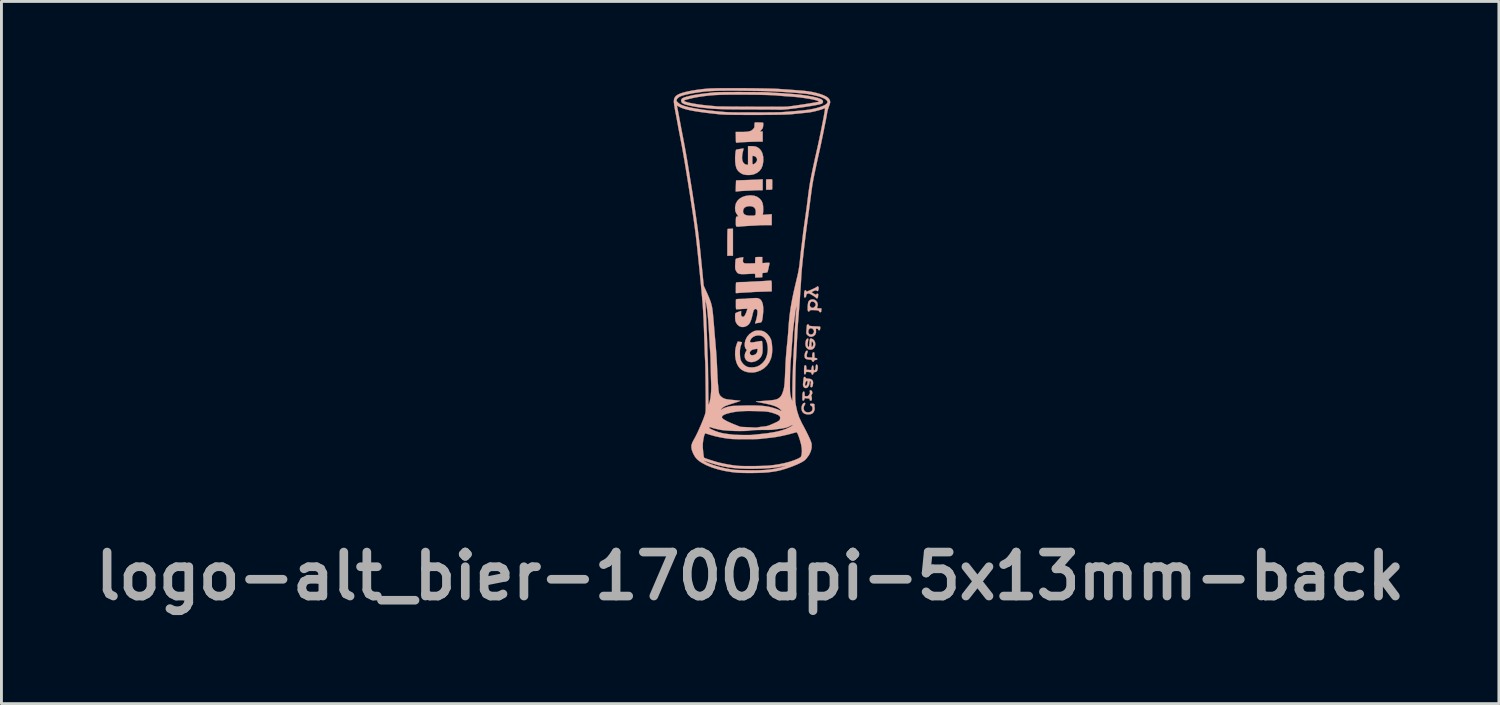
<source format=kicad_pcb>
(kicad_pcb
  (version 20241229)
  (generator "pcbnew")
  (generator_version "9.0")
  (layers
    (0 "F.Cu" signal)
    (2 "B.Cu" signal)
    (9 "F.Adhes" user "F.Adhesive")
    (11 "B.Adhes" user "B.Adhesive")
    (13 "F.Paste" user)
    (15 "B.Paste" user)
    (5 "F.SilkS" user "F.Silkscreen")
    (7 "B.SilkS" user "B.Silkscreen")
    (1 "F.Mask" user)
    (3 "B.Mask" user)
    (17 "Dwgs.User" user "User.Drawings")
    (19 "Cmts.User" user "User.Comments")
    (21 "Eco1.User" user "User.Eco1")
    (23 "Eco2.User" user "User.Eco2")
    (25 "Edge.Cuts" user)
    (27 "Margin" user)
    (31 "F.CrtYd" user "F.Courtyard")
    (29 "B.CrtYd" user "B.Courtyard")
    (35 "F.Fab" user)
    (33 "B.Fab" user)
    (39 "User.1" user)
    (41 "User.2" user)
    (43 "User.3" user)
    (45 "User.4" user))
  (footprint "logo-alt_bier-1700dpi-5x13mm-back"
    (layer "F.Cu")
    (at 22.89 6.386)
    (property "Reference" "logo-alt_bier-1700dpi-5x13mm-back" (at 0.05 10.525 0) (layer "F.Fab") (effects (font (size 1.524 1.524) (thickness 0.3))))
    (attr through_hole)
    (fp_poly (pts (xy -0.633 -1.509) (xy -0.682 -1.507) (xy -0.718 -1.505) (xy -0.73 -1.504) (xy -0.733 -1.49) (xy -0.736 -1.449) (xy -0.738 -1.385) (xy -0.74 -1.302) (xy -0.741 -1.204) (xy -0.742 -1.094) (xy -0.742 -1.04) (xy -0.742 -0.577) (xy -0.547 -0.577) (xy -0.547 -1.513) (xy -0.633 -1.509)) (stroke (width 0.01) (type solid)) (fill yes) (layer "B.SilkS"))
    (fp_poly (pts (xy 0.708 -3.224) (xy 0.603 -3.219) (xy 0.603 -2.863) (xy 0.708 -2.863) (xy 0.769 -2.865) (xy 0.803 -2.871) (xy 0.813 -2.881) (xy 0.813 -2.911) (xy 0.814 -2.961) (xy 0.814 -3.021) (xy 0.814 -3.084) (xy 0.814 -3.141) (xy 0.814 -3.185) (xy 0.813 -3.206) (xy 0.807 -3.218) (xy 0.787 -3.224) (xy 0.746 -3.225) (xy 0.708 -3.224)) (stroke (width 0.01) (type solid)) (fill yes) (layer "B.SilkS"))
    (fp_poly (pts (xy 0.345 -3.216) (xy 0.287 -3.212) (xy 0.206 -3.209) (xy 0.11 -3.205) (xy 0.005 -3.201) (xy -0.101 -3.197) (xy -0.114 -3.197) (xy -0.209 -3.194) (xy -0.292 -3.192) (xy -0.361 -3.189) (xy -0.41 -3.187) (xy -0.435 -3.186) (xy -0.437 -3.186) (xy -0.439 -3.171) (xy -0.441 -3.132) (xy -0.443 -3.075) (xy -0.445 -3.004) (xy -0.446 -2.993) (xy -0.452 -2.803) (xy -0.405 -2.803) (xy -0.37 -2.805) (xy -0.351 -2.81) (xy -0.351 -2.81) (xy -0.335 -2.813) (xy -0.294 -2.816) (xy -0.233 -2.82) (xy -0.159 -2.824) (xy -0.121 -2.826) (xy -0.035 -2.83) (xy 0.047 -2.833) (xy 0.116 -2.837) (xy 0.167 -2.84) (xy 0.177 -2.84) (xy 0.231 -2.843) (xy 0.3 -2.845) (xy 0.368 -2.847) (xy 0.484 -2.848) (xy 0.484 -3.225) (xy 0.345 -3.216)) (stroke (width 0.01) (type solid)) (fill yes) (layer "B.SilkS"))
    (fp_poly (pts (xy 1.922 4.521) (xy 1.888 4.541) (xy 1.858 4.583) (xy 1.837 4.638) (xy 1.828 4.698) (xy 1.828 4.701) (xy 1.839 4.786) (xy 1.872 4.85) (xy 1.927 4.894) (xy 2.003 4.918) (xy 2.06 4.922) (xy 2.136 4.915) (xy 2.192 4.895) (xy 2.196 4.893) (xy 2.241 4.851) (xy 2.272 4.792) (xy 2.286 4.727) (xy 2.281 4.676) (xy 2.274 4.637) (xy 2.277 4.608) (xy 2.278 4.606) (xy 2.281 4.58) (xy 2.26 4.56) (xy 2.216 4.549) (xy 2.193 4.548) (xy 2.151 4.55) (xy 2.132 4.559) (xy 2.127 4.577) (xy 2.127 4.578) (xy 2.141 4.608) (xy 2.163 4.622) (xy 2.195 4.648) (xy 2.21 4.69) (xy 2.21 4.739) (xy 2.195 4.786) (xy 2.164 4.822) (xy 2.152 4.829) (xy 2.088 4.849) (xy 2.022 4.849) (xy 1.964 4.829) (xy 1.94 4.81) (xy 1.911 4.762) (xy 1.902 4.703) (xy 1.913 4.642) (xy 1.934 4.602) (xy 1.954 4.566) (xy 1.955 4.536) (xy 1.938 4.521) (xy 1.922 4.521)) (stroke (width 0.01) (type solid)) (fill yes) (layer "B.SilkS"))
    (fp_poly (pts (xy 1.988 2.727) (xy 1.965 2.762) (xy 1.946 2.811) (xy 1.935 2.869) (xy 1.934 2.892) (xy 1.941 2.948) (xy 1.966 2.987) (xy 2.012 3.01) (xy 2.083 3.021) (xy 2.087 3.021) (xy 2.14 3.026) (xy 2.171 3.032) (xy 2.185 3.044) (xy 2.19 3.059) (xy 2.203 3.085) (xy 2.227 3.097) (xy 2.25 3.094) (xy 2.261 3.074) (xy 2.262 3.071) (xy 2.268 3.05) (xy 2.292 3.039) (xy 2.318 3.036) (xy 2.356 3.03) (xy 2.372 3.015) (xy 2.374 3.002) (xy 2.366 2.979) (xy 2.338 2.969) (xy 2.325 2.967) (xy 2.277 2.963) (xy 2.277 2.866) (xy 2.275 2.814) (xy 2.271 2.785) (xy 2.261 2.772) (xy 2.248 2.77) (xy 2.223 2.778) (xy 2.209 2.805) (xy 2.202 2.854) (xy 2.202 2.883) (xy 2.202 2.949) (xy 2.128 2.949) (xy 2.08 2.948) (xy 2.042 2.943) (xy 2.031 2.94) (xy 2.013 2.919) (xy 2.009 2.877) (xy 2.018 2.824) (xy 2.03 2.789) (xy 2.044 2.746) (xy 2.039 2.721) (xy 2.037 2.719) (xy 2.014 2.711) (xy 1.988 2.727)) (stroke (width 0.01) (type solid)) (fill yes) (layer "B.SilkS"))
    (fp_poly (pts (xy 2.127 2.302) (xy 2.115 2.335) (xy 2.108 2.393) (xy 2.104 2.441) (xy 2.098 2.504) (xy 2.092 2.554) (xy 2.085 2.584) (xy 2.081 2.591) (xy 2.065 2.579) (xy 2.051 2.559) (xy 2.042 2.521) (xy 2.043 2.462) (xy 2.055 2.377) (xy 2.061 2.339) (xy 2.066 2.306) (xy 2.059 2.294) (xy 2.036 2.295) (xy 2.007 2.313) (xy 1.984 2.356) (xy 1.969 2.42) (xy 1.964 2.483) (xy 1.974 2.558) (xy 2.006 2.617) (xy 2.053 2.659) (xy 2.112 2.679) (xy 2.177 2.675) (xy 2.22 2.657) (xy 2.267 2.616) (xy 2.296 2.559) (xy 2.307 2.494) (xy 2.304 2.473) (xy 2.238 2.473) (xy 2.237 2.505) (xy 2.225 2.539) (xy 2.205 2.578) (xy 2.189 2.589) (xy 2.178 2.57) (xy 2.172 2.523) (xy 2.172 2.495) (xy 2.175 2.433) (xy 2.184 2.398) (xy 2.197 2.39) (xy 2.215 2.411) (xy 2.225 2.433) (xy 2.238 2.473) (xy 2.304 2.473) (xy 2.299 2.428) (xy 2.274 2.368) (xy 2.232 2.323) (xy 2.217 2.315) (xy 2.175 2.295) (xy 2.146 2.29) (xy 2.127 2.302)) (stroke (width 0.01) (type solid)) (fill yes) (layer "B.SilkS"))
    (fp_poly (pts (xy 2.119 4.089) (xy 2.114 4.107) (xy 2.119 4.138) (xy 2.122 4.179) (xy 2.11 4.214) (xy 2.089 4.244) (xy 2.06 4.277) (xy 2.032 4.291) (xy 1.995 4.291) (xy 1.94 4.287) (xy 1.936 4.208) (xy 1.931 4.161) (xy 1.923 4.137) (xy 1.908 4.13) (xy 1.904 4.13) (xy 1.885 4.14) (xy 1.871 4.173) (xy 1.862 4.231) (xy 1.859 4.315) (xy 1.858 4.343) (xy 1.859 4.396) (xy 1.863 4.427) (xy 1.872 4.44) (xy 1.887 4.444) (xy 1.888 4.444) (xy 1.913 4.434) (xy 1.927 4.4) (xy 1.928 4.397) (xy 1.937 4.366) (xy 1.955 4.356) (xy 1.982 4.36) (xy 2.031 4.367) (xy 2.069 4.369) (xy 2.1 4.373) (xy 2.111 4.392) (xy 2.112 4.406) (xy 2.12 4.436) (xy 2.14 4.444) (xy 2.168 4.439) (xy 2.177 4.434) (xy 2.185 4.411) (xy 2.187 4.374) (xy 2.184 4.334) (xy 2.177 4.302) (xy 2.169 4.291) (xy 2.161 4.278) (xy 2.176 4.25) (xy 2.177 4.249) (xy 2.198 4.201) (xy 2.202 4.153) (xy 2.188 4.114) (xy 2.159 4.089) (xy 2.137 4.085) (xy 2.119 4.089)) (stroke (width 0.01) (type solid)) (fill yes) (layer "B.SilkS"))
    (fp_poly (pts (xy 0.716 0.287) (xy 0.66 0.291) (xy 0.645 0.292) (xy 0.586 0.296) (xy 0.507 0.301) (xy 0.415 0.306) (xy 0.321 0.311) (xy 0.284 0.313) (xy 0.198 0.317) (xy 0.12 0.32) (xy 0.056 0.324) (xy 0.012 0.327) (xy -0.002 0.328) (xy -0.034 0.331) (xy -0.088 0.333) (xy -0.158 0.335) (xy -0.234 0.336) (xy -0.238 0.336) (xy -0.31 0.338) (xy -0.372 0.342) (xy -0.416 0.347) (xy -0.437 0.352) (xy -0.437 0.353) (xy -0.441 0.373) (xy -0.444 0.416) (xy -0.445 0.476) (xy -0.446 0.541) (xy -0.446 0.716) (xy -0.407 0.717) (xy -0.377 0.717) (xy -0.364 0.714) (xy -0.349 0.712) (xy -0.309 0.709) (xy -0.25 0.705) (xy -0.177 0.702) (xy -0.151 0.7) (xy -0.072 0.696) (xy -0.001 0.692) (xy 0.055 0.689) (xy 0.09 0.686) (xy 0.094 0.685) (xy 0.12 0.683) (xy 0.17 0.68) (xy 0.24 0.677) (xy 0.326 0.674) (xy 0.422 0.67) (xy 0.464 0.669) (xy 0.797 0.659) (xy 0.797 0.476) (xy 0.796 0.388) (xy 0.792 0.327) (xy 0.786 0.293) (xy 0.781 0.287) (xy 0.759 0.286) (xy 0.716 0.287)) (stroke (width 0.01) (type solid)) (fill yes) (layer "B.SilkS"))
    (fp_poly (pts (xy 0.231 -5.195) (xy 0.226 -5.195) (xy 0.211 -5.189) (xy 0.203 -5.171) (xy 0.2 -5.132) (xy 0.2 -5.102) (xy 0.198 -5.049) (xy 0.191 -5.015) (xy 0.173 -4.986) (xy 0.144 -4.955) (xy 0.105 -4.922) (xy 0.06 -4.898) (xy 0.004 -4.882) (xy -0.068 -4.871) (xy -0.161 -4.866) (xy -0.26 -4.865) (xy -0.45 -4.865) (xy -0.447 -4.712) (xy -0.446 -4.643) (xy -0.445 -4.583) (xy -0.444 -4.54) (xy -0.444 -4.525) (xy -0.435 -4.498) (xy -0.408 -4.491) (xy -0.378 -4.494) (xy -0.367 -4.497) (xy -0.35 -4.5) (xy -0.308 -4.504) (xy -0.247 -4.508) (xy -0.17 -4.512) (xy -0.083 -4.516) (xy 0.009 -4.52) (xy 0.102 -4.524) (xy 0.19 -4.526) (xy 0.268 -4.528) (xy 0.33 -4.529) (xy 0.484 -4.529) (xy 0.484 -4.704) (xy 0.484 -4.88) (xy 0.388 -4.88) (xy 0.427 -4.921) (xy 0.458 -4.959) (xy 0.482 -4.995) (xy 0.483 -4.997) (xy 0.493 -5.028) (xy 0.499 -5.072) (xy 0.503 -5.12) (xy 0.503 -5.161) (xy 0.498 -5.184) (xy 0.497 -5.185) (xy 0.481 -5.188) (xy 0.443 -5.19) (xy 0.39 -5.193) (xy 0.333 -5.194) (xy 0.277 -5.195) (xy 0.231 -5.195)) (stroke (width 0.01) (type solid)) (fill yes) (layer "B.SilkS"))
    (fp_poly (pts (xy 1.919 3.626) (xy 1.909 3.643) (xy 1.902 3.678) (xy 1.897 3.715) (xy 1.891 3.777) (xy 1.884 3.837) (xy 1.88 3.869) (xy 1.882 3.926) (xy 1.903 3.972) (xy 1.938 4.001) (xy 1.981 4.01) (xy 2.025 3.996) (xy 2.05 3.975) (xy 2.084 3.922) (xy 2.106 3.853) (xy 2.112 3.798) (xy 2.115 3.781) (xy 2.037 3.781) (xy 2.034 3.822) (xy 2.034 3.824) (xy 2.023 3.875) (xy 2.005 3.912) (xy 1.986 3.932) (xy 1.967 3.932) (xy 1.953 3.908) (xy 1.951 3.895) (xy 1.953 3.857) (xy 1.967 3.815) (xy 1.987 3.778) (xy 2.01 3.758) (xy 2.016 3.756) (xy 2.031 3.761) (xy 2.037 3.781) (xy 2.115 3.781) (xy 2.116 3.769) (xy 2.131 3.765) (xy 2.136 3.767) (xy 2.151 3.778) (xy 2.155 3.804) (xy 2.151 3.844) (xy 2.145 3.893) (xy 2.14 3.933) (xy 2.138 3.943) (xy 2.145 3.969) (xy 2.167 3.978) (xy 2.191 3.975) (xy 2.206 3.955) (xy 2.216 3.925) (xy 2.231 3.839) (xy 2.224 3.772) (xy 2.193 3.724) (xy 2.139 3.694) (xy 2.062 3.682) (xy 2.044 3.682) (xy 2.002 3.679) (xy 1.981 3.667) (xy 1.973 3.652) (xy 1.954 3.627) (xy 1.936 3.622) (xy 1.919 3.626)) (stroke (width 0.01) (type solid)) (fill yes) (layer "B.SilkS"))
    (fp_poly (pts (xy 2.335 3.201) (xy 2.324 3.234) (xy 2.321 3.273) (xy 2.316 3.335) (xy 2.299 3.378) (xy 2.275 3.397) (xy 2.269 3.398) (xy 2.256 3.388) (xy 2.247 3.355) (xy 2.244 3.312) (xy 2.239 3.26) (xy 2.23 3.233) (xy 2.217 3.226) (xy 2.2 3.239) (xy 2.186 3.278) (xy 2.181 3.305) (xy 2.168 3.384) (xy 2.084 3.38) (xy 2 3.375) (xy 1.996 3.297) (xy 1.991 3.25) (xy 1.983 3.226) (xy 1.967 3.219) (xy 1.964 3.218) (xy 1.944 3.223) (xy 1.931 3.238) (xy 1.923 3.27) (xy 1.919 3.322) (xy 1.918 3.399) (xy 1.918 3.462) (xy 1.921 3.502) (xy 1.926 3.523) (xy 1.936 3.531) (xy 1.948 3.532) (xy 1.971 3.523) (xy 1.978 3.496) (xy 1.98 3.468) (xy 1.993 3.453) (xy 2.021 3.448) (xy 2.071 3.451) (xy 2.086 3.453) (xy 2.134 3.459) (xy 2.16 3.468) (xy 2.172 3.483) (xy 2.175 3.5) (xy 2.187 3.535) (xy 2.208 3.544) (xy 2.229 3.529) (xy 2.239 3.503) (xy 2.251 3.47) (xy 2.275 3.458) (xy 2.29 3.457) (xy 2.332 3.447) (xy 2.359 3.427) (xy 2.379 3.39) (xy 2.391 3.337) (xy 2.394 3.28) (xy 2.386 3.232) (xy 2.377 3.212) (xy 2.353 3.193) (xy 2.335 3.201)) (stroke (width 0.01) (type solid)) (fill yes) (layer "B.SilkS"))
    (fp_poly (pts (xy 2.166 0.939) (xy 2.111 0.965) (xy 2.073 1.005) (xy 2.061 1.037) (xy 2.052 1.088) (xy 2.045 1.15) (xy 2.042 1.215) (xy 2.042 1.276) (xy 2.047 1.322) (xy 2.055 1.346) (xy 2.079 1.357) (xy 2.103 1.348) (xy 2.112 1.327) (xy 2.12 1.315) (xy 2.148 1.308) (xy 2.201 1.306) (xy 2.207 1.306) (xy 2.307 1.309) (xy 2.379 1.316) (xy 2.423 1.33) (xy 2.44 1.349) (xy 2.441 1.353) (xy 2.453 1.374) (xy 2.479 1.382) (xy 2.505 1.371) (xy 2.506 1.371) (xy 2.512 1.351) (xy 2.515 1.313) (xy 2.516 1.303) (xy 2.516 1.246) (xy 2.439 1.246) (xy 2.395 1.245) (xy 2.373 1.24) (xy 2.369 1.228) (xy 2.372 1.213) (xy 2.387 1.152) (xy 2.39 1.119) (xy 2.321 1.119) (xy 2.308 1.162) (xy 2.276 1.201) (xy 2.235 1.227) (xy 2.21 1.231) (xy 2.171 1.221) (xy 2.142 1.201) (xy 2.119 1.159) (xy 2.115 1.107) (xy 2.13 1.057) (xy 2.162 1.019) (xy 2.163 1.019) (xy 2.203 1.008) (xy 2.247 1.019) (xy 2.287 1.046) (xy 2.314 1.086) (xy 2.321 1.119) (xy 2.39 1.119) (xy 2.391 1.107) (xy 2.384 1.068) (xy 2.376 1.047) (xy 2.339 0.991) (xy 2.287 0.953) (xy 2.227 0.936) (xy 2.166 0.939)) (stroke (width 0.01) (type solid)) (fill yes) (layer "B.SilkS"))
    (fp_poly (pts (xy 2.028 1.809) (xy 2.017 1.828) (xy 2.011 1.866) (xy 2.01 1.881) (xy 2.006 1.942) (xy 2.001 2.01) (xy 1.998 2.042) (xy 1.994 2.092) (xy 1.998 2.124) (xy 2.014 2.15) (xy 2.042 2.18) (xy 2.101 2.221) (xy 2.165 2.233) (xy 2.232 2.215) (xy 2.256 2.202) (xy 2.306 2.154) (xy 2.331 2.09) (xy 2.331 2.042) (xy 2.262 2.042) (xy 2.25 2.093) (xy 2.221 2.131) (xy 2.18 2.152) (xy 2.136 2.154) (xy 2.095 2.133) (xy 2.089 2.127) (xy 2.066 2.084) (xy 2.064 2.034) (xy 2.078 1.988) (xy 2.107 1.951) (xy 2.148 1.934) (xy 2.157 1.933) (xy 2.199 1.947) (xy 2.237 1.98) (xy 2.259 2.023) (xy 2.262 2.042) (xy 2.331 2.042) (xy 2.331 2.015) (xy 2.327 1.974) (xy 2.33 1.955) (xy 2.346 1.949) (xy 2.36 1.948) (xy 2.395 1.959) (xy 2.407 1.978) (xy 2.424 2.003) (xy 2.441 2.008) (xy 2.461 1.999) (xy 2.472 1.967) (xy 2.475 1.952) (xy 2.478 1.913) (xy 2.476 1.887) (xy 2.475 1.885) (xy 2.458 1.879) (xy 2.421 1.875) (xy 2.39 1.874) (xy 2.334 1.872) (xy 2.263 1.869) (xy 2.197 1.864) (xy 2.138 1.858) (xy 2.104 1.852) (xy 2.087 1.842) (xy 2.082 1.828) (xy 2.082 1.826) (xy 2.074 1.804) (xy 2.049 1.802) (xy 2.028 1.809)) (stroke (width 0.01) (type solid)) (fill yes) (layer "B.SilkS"))
    (fp_poly (pts (xy 2.371 0.489) (xy 2.356 0.505) (xy 2.339 0.517) (xy 2.301 0.538) (xy 2.248 0.564) (xy 2.188 0.592) (xy 2.128 0.619) (xy 2.073 0.642) (xy 2.031 0.658) (xy 2.008 0.663) (xy 1.994 0.651) (xy 1.993 0.641) (xy 1.98 0.623) (xy 1.965 0.619) (xy 1.943 0.63) (xy 1.928 0.664) (xy 1.92 0.724) (xy 1.918 0.793) (xy 1.919 0.84) (xy 1.924 0.864) (xy 1.936 0.871) (xy 1.952 0.87) (xy 1.975 0.86) (xy 1.987 0.834) (xy 1.99 0.811) (xy 1.998 0.77) (xy 2.02 0.747) (xy 2.038 0.738) (xy 2.06 0.731) (xy 2.083 0.731) (xy 2.111 0.741) (xy 2.153 0.762) (xy 2.203 0.791) (xy 2.256 0.824) (xy 2.3 0.854) (xy 2.327 0.876) (xy 2.332 0.882) (xy 2.351 0.9) (xy 2.366 0.903) (xy 2.384 0.894) (xy 2.396 0.866) (xy 2.401 0.834) (xy 2.405 0.79) (xy 2.405 0.759) (xy 2.403 0.752) (xy 2.381 0.739) (xy 2.354 0.745) (xy 2.342 0.76) (xy 2.332 0.771) (xy 2.313 0.768) (xy 2.277 0.75) (xy 2.264 0.743) (xy 2.214 0.714) (xy 2.188 0.694) (xy 2.186 0.679) (xy 2.207 0.665) (xy 2.239 0.65) (xy 2.299 0.627) (xy 2.336 0.62) (xy 2.351 0.629) (xy 2.351 0.634) (xy 2.364 0.646) (xy 2.379 0.649) (xy 2.4 0.64) (xy 2.413 0.611) (xy 2.417 0.59) (xy 2.42 0.546) (xy 2.418 0.512) (xy 2.417 0.508) (xy 2.397 0.487) (xy 2.371 0.489)) (stroke (width 0.01) (type solid)) (fill yes) (layer "B.SilkS"))
    (fp_poly (pts (xy 0.283 -0.53) (xy 0.244 -0.525) (xy 0.228 -0.515) (xy 0.228 -0.513) (xy 0.227 -0.489) (xy 0.225 -0.445) (xy 0.224 -0.405) (xy 0.222 -0.315) (xy 0.038 -0.31) (xy -0.041 -0.309) (xy -0.096 -0.31) (xy -0.133 -0.313) (xy -0.157 -0.32) (xy -0.174 -0.33) (xy -0.177 -0.333) (xy -0.194 -0.353) (xy -0.201 -0.38) (xy -0.2 -0.423) (xy -0.198 -0.443) (xy -0.19 -0.526) (xy -0.316 -0.504) (xy -0.389 -0.489) (xy -0.434 -0.473) (xy -0.451 -0.458) (xy -0.456 -0.434) (xy -0.461 -0.388) (xy -0.465 -0.326) (xy -0.468 -0.278) (xy -0.471 -0.205) (xy -0.47 -0.154) (xy -0.465 -0.117) (xy -0.456 -0.086) (xy -0.44 -0.054) (xy -0.415 -0.011) (xy -0.388 0.021) (xy -0.353 0.042) (xy -0.306 0.055) (xy -0.243 0.061) (xy -0.158 0.061) (xy -0.077 0.058) (xy 0.005 0.054) (xy 0.079 0.051) (xy 0.138 0.048) (xy 0.176 0.046) (xy 0.185 0.046) (xy 0.208 0.047) (xy 0.219 0.06) (xy 0.223 0.092) (xy 0.224 0.111) (xy 0.225 0.178) (xy 0.283 0.178) (xy 0.339 0.177) (xy 0.398 0.174) (xy 0.405 0.173) (xy 0.469 0.169) (xy 0.469 0.095) (xy 0.471 0.05) (xy 0.478 0.027) (xy 0.494 0.02) (xy 0.495 0.02) (xy 0.538 0.017) (xy 0.586 0.011) (xy 0.626 0.002) (xy 0.648 -0.006) (xy 0.649 -0.007) (xy 0.655 -0.024) (xy 0.666 -0.062) (xy 0.679 -0.115) (xy 0.692 -0.175) (xy 0.705 -0.233) (xy 0.716 -0.284) (xy 0.722 -0.318) (xy 0.723 -0.327) (xy 0.709 -0.331) (xy 0.672 -0.332) (xy 0.619 -0.331) (xy 0.596 -0.329) (xy 0.469 -0.32) (xy 0.469 -0.532) (xy 0.349 -0.532) (xy 0.283 -0.53)) (stroke (width 0.01) (type solid)) (fill yes) (layer "B.SilkS"))
    (fp_poly (pts (xy 0.024 -4.373) (xy -0.024 -4.372) (xy -0.024 -3.729) (xy -0.067 -3.729) (xy -0.11 -3.739) (xy -0.148 -3.759) (xy -0.196 -3.814) (xy -0.224 -3.888) (xy -0.232 -3.982) (xy -0.22 -4.097) (xy -0.205 -4.17) (xy -0.192 -4.225) (xy -0.183 -4.268) (xy -0.18 -4.291) (xy -0.18 -4.293) (xy -0.195 -4.292) (xy -0.231 -4.287) (xy -0.28 -4.279) (xy -0.334 -4.27) (xy -0.383 -4.261) (xy -0.421 -4.253) (xy -0.437 -4.248) (xy -0.437 -4.248) (xy -0.446 -4.225) (xy -0.454 -4.18) (xy -0.462 -4.118) (xy -0.468 -4.046) (xy -0.471 -3.971) (xy -0.472 -3.962) (xy -0.469 -3.833) (xy -0.455 -3.719) (xy -0.431 -3.624) (xy -0.412 -3.579) (xy -0.366 -3.513) (xy -0.3 -3.454) (xy -0.225 -3.409) (xy -0.183 -3.393) (xy -0.096 -3.376) (xy 0.004 -3.372) (xy 0.102 -3.38) (xy 0.18 -3.398) (xy 0.29 -3.449) (xy 0.376 -3.517) (xy 0.439 -3.603) (xy 0.482 -3.71) (xy 0.503 -3.837) (xy 0.505 -3.871) (xy 0.505 -3.885) (xy 0.289 -3.885) (xy 0.266 -3.828) (xy 0.239 -3.795) (xy 0.202 -3.765) (xy 0.168 -3.746) (xy 0.156 -3.744) (xy 0.142 -3.746) (xy 0.133 -3.755) (xy 0.128 -3.776) (xy 0.126 -3.815) (xy 0.125 -3.878) (xy 0.125 -3.895) (xy 0.126 -3.964) (xy 0.128 -4.007) (xy 0.132 -4.031) (xy 0.14 -4.039) (xy 0.149 -4.037) (xy 0.183 -4.029) (xy 0.194 -4.028) (xy 0.219 -4.018) (xy 0.25 -3.994) (xy 0.253 -3.991) (xy 0.285 -3.941) (xy 0.289 -3.885) (xy 0.505 -3.885) (xy 0.501 -4.008) (xy 0.474 -4.125) (xy 0.425 -4.221) (xy 0.377 -4.278) (xy 0.322 -4.321) (xy 0.263 -4.351) (xy 0.191 -4.368) (xy 0.102 -4.374) (xy 0.024 -4.373)) (stroke (width 0.01) (type solid)) (fill yes) (layer "B.SilkS"))
    (fp_poly (pts (xy 0.014 -2.665) (xy -0.117 -2.646) (xy -0.23 -2.606) (xy -0.324 -2.548) (xy -0.397 -2.472) (xy -0.446 -2.381) (xy -0.47 -2.275) (xy -0.473 -2.227) (xy -0.464 -2.132) (xy -0.434 -2.051) (xy -0.395 -1.992) (xy -0.371 -1.957) (xy -0.368 -1.938) (xy -0.389 -1.933) (xy -0.408 -1.935) (xy -0.424 -1.932) (xy -0.435 -1.916) (xy -0.442 -1.883) (xy -0.445 -1.828) (xy -0.446 -1.748) (xy -0.446 -1.744) (xy -0.446 -1.674) (xy -0.443 -1.626) (xy -0.433 -1.598) (xy -0.411 -1.584) (xy -0.372 -1.582) (xy -0.311 -1.587) (xy -0.256 -1.593) (xy -0.197 -1.598) (xy -0.117 -1.604) (xy -0.026 -1.609) (xy 0.068 -1.614) (xy 0.095 -1.616) (xy 0.177 -1.62) (xy 0.249 -1.623) (xy 0.305 -1.627) (xy 0.341 -1.63) (xy 0.349 -1.631) (xy 0.372 -1.632) (xy 0.418 -1.634) (xy 0.482 -1.635) (xy 0.558 -1.636) (xy 0.584 -1.636) (xy 0.797 -1.637) (xy 0.797 -2.015) (xy 0.639 -2.004) (xy 0.481 -1.993) (xy 0.491 -2.026) (xy 0.496 -2.055) (xy 0.499 -2.098) (xy 0.244 -2.098) (xy 0.242 -2.035) (xy 0.234 -1.997) (xy 0.214 -1.976) (xy 0.178 -1.966) (xy 0.135 -1.963) (xy 0.018 -1.963) (xy -0.073 -1.976) (xy -0.136 -2.001) (xy -0.158 -2.018) (xy -0.185 -2.055) (xy -0.196 -2.1) (xy -0.196 -2.122) (xy -0.183 -2.189) (xy -0.146 -2.241) (xy -0.085 -2.276) (xy -0.004 -2.293) (xy 0.036 -2.295) (xy 0.12 -2.284) (xy 0.182 -2.253) (xy 0.224 -2.201) (xy 0.243 -2.129) (xy 0.244 -2.098) (xy 0.499 -2.098) (xy 0.499 -2.106) (xy 0.502 -2.169) (xy 0.502 -2.204) (xy 0.496 -2.315) (xy 0.477 -2.405) (xy 0.443 -2.478) (xy 0.39 -2.543) (xy 0.367 -2.565) (xy 0.289 -2.619) (xy 0.2 -2.652) (xy 0.095 -2.666) (xy 0.014 -2.665)) (stroke (width 0.01) (type solid)) (fill yes) (layer "B.SilkS"))
    (fp_poly (pts (xy 0.168 0.893) (xy 0.111 0.896) (xy 0.039 0.9) (xy -0.021 0.904) (xy -0.065 0.908) (xy -0.085 0.911) (xy -0.085 0.911) (xy -0.103 0.913) (xy -0.144 0.916) (xy -0.203 0.918) (xy -0.268 0.92) (xy -0.345 0.922) (xy -0.395 0.925) (xy -0.426 0.93) (xy -0.44 0.938) (xy -0.444 0.947) (xy -0.444 0.971) (xy -0.444 1.017) (xy -0.444 1.079) (xy -0.444 1.127) (xy -0.444 1.197) (xy -0.442 1.242) (xy -0.437 1.268) (xy -0.429 1.279) (xy -0.418 1.281) (xy -0.418 1.281) (xy -0.393 1.279) (xy -0.345 1.276) (xy -0.282 1.272) (xy -0.217 1.268) (xy -0.043 1.258) (xy -0.079 1.368) (xy -0.101 1.426) (xy -0.127 1.478) (xy -0.149 1.512) (xy -0.151 1.514) (xy -0.179 1.538) (xy -0.203 1.541) (xy -0.225 1.533) (xy -0.248 1.519) (xy -0.261 1.497) (xy -0.266 1.46) (xy -0.265 1.402) (xy -0.265 1.393) (xy -0.262 1.337) (xy -0.356 1.369) (xy -0.406 1.387) (xy -0.444 1.405) (xy -0.461 1.417) (xy -0.468 1.442) (xy -0.471 1.489) (xy -0.472 1.547) (xy -0.469 1.608) (xy -0.464 1.663) (xy -0.457 1.698) (xy -0.426 1.765) (xy -0.377 1.826) (xy -0.323 1.866) (xy -0.242 1.894) (xy -0.161 1.891) (xy -0.088 1.865) (xy -0.035 1.833) (xy 0.009 1.792) (xy 0.045 1.737) (xy 0.077 1.664) (xy 0.106 1.57) (xy 0.132 1.463) (xy 0.146 1.404) (xy 0.161 1.351) (xy 0.172 1.318) (xy 0.198 1.279) (xy 0.234 1.266) (xy 0.272 1.282) (xy 0.277 1.286) (xy 0.293 1.303) (xy 0.301 1.326) (xy 0.303 1.361) (xy 0.301 1.416) (xy 0.3 1.425) (xy 0.291 1.498) (xy 0.274 1.581) (xy 0.255 1.655) (xy 0.217 1.772) (xy 0.249 1.764) (xy 0.283 1.757) (xy 0.332 1.75) (xy 0.361 1.745) (xy 0.4 1.739) (xy 0.427 1.73) (xy 0.446 1.712) (xy 0.46 1.68) (xy 0.471 1.631) (xy 0.482 1.559) (xy 0.487 1.519) (xy 0.503 1.358) (xy 0.503 1.22) (xy 0.488 1.105) (xy 0.458 1.015) (xy 0.413 0.948) (xy 0.354 0.908) (xy 0.324 0.898) (xy 0.287 0.892) (xy 0.237 0.891) (xy 0.168 0.893)) (stroke (width 0.01) (type solid)) (fill yes) (layer "B.SilkS"))
    (fp_poly (pts (xy 0.278 2.017) (xy 0.231 2.023) (xy 0.19 2.036) (xy 0.141 2.06) (xy 0.127 2.067) (xy 0.026 2.138) (xy -0.053 2.228) (xy -0.108 2.334) (xy -0.137 2.449) (xy -0.139 2.517) (xy -0.131 2.581) (xy -0.113 2.634) (xy -0.088 2.667) (xy -0.086 2.668) (xy -0.07 2.681) (xy -0.069 2.696) (xy -0.084 2.722) (xy -0.093 2.736) (xy -0.126 2.807) (xy -0.14 2.886) (xy -0.132 2.961) (xy -0.129 2.971) (xy -0.095 3.033) (xy -0.041 3.077) (xy 0.027 3.103) (xy 0.104 3.11) (xy 0.186 3.097) (xy 0.268 3.066) (xy 0.344 3.015) (xy 0.366 2.995) (xy 0.413 2.941) (xy 0.447 2.884) (xy 0.469 2.816) (xy 0.48 2.733) (xy 0.48 2.694) (xy 0.304 2.694) (xy 0.297 2.743) (xy 0.281 2.787) (xy 0.247 2.828) (xy 0.199 2.857) (xy 0.145 2.872) (xy 0.095 2.87) (xy 0.059 2.851) (xy 0.037 2.811) (xy 0.04 2.766) (xy 0.065 2.722) (xy 0.108 2.689) (xy 0.148 2.674) (xy 0.202 2.661) (xy 0.227 2.657) (xy 0.304 2.647) (xy 0.304 2.694) (xy 0.48 2.694) (xy 0.481 2.628) (xy 0.479 2.571) (xy 0.475 2.501) (xy 0.47 2.441) (xy 0.464 2.399) (xy 0.458 2.38) (xy 0.439 2.378) (xy 0.397 2.381) (xy 0.338 2.39) (xy 0.296 2.398) (xy 0.2 2.416) (xy 0.129 2.426) (xy 0.081 2.426) (xy 0.053 2.417) (xy 0.043 2.398) (xy 0.048 2.367) (xy 0.053 2.353) (xy 0.093 2.287) (xy 0.154 2.235) (xy 0.229 2.2) (xy 0.312 2.183) (xy 0.396 2.188) (xy 0.476 2.215) (xy 0.483 2.219) (xy 0.545 2.27) (xy 0.595 2.343) (xy 0.631 2.435) (xy 0.653 2.54) (xy 0.661 2.652) (xy 0.653 2.769) (xy 0.629 2.884) (xy 0.594 2.981) (xy 0.542 3.067) (xy 0.47 3.148) (xy 0.386 3.215) (xy 0.298 3.261) (xy 0.297 3.262) (xy 0.21 3.284) (xy 0.113 3.293) (xy 0.017 3.288) (xy -0.041 3.276) (xy -0.113 3.241) (xy -0.181 3.185) (xy -0.239 3.113) (xy -0.259 3.079) (xy -0.278 3.038) (xy -0.29 2.996) (xy -0.298 2.946) (xy -0.303 2.879) (xy -0.305 2.842) (xy -0.306 2.729) (xy -0.298 2.635) (xy -0.28 2.553) (xy -0.253 2.482) (xy -0.239 2.446) (xy -0.234 2.424) (xy -0.235 2.421) (xy -0.252 2.416) (xy -0.289 2.409) (xy -0.31 2.405) (xy -0.379 2.395) (xy -0.409 2.467) (xy -0.448 2.59) (xy -0.469 2.726) (xy -0.472 2.866) (xy -0.456 3.003) (xy -0.423 3.128) (xy -0.391 3.2) (xy -0.353 3.265) (xy -0.315 3.313) (xy -0.264 3.359) (xy -0.245 3.373) (xy -0.161 3.421) (xy -0.057 3.454) (xy 0.056 3.469) (xy 0.172 3.467) (xy 0.27 3.449) (xy 0.41 3.397) (xy 0.531 3.322) (xy 0.634 3.225) (xy 0.715 3.109) (xy 0.773 2.976) (xy 0.801 2.858) (xy 0.811 2.765) (xy 0.814 2.66) (xy 0.809 2.552) (xy 0.799 2.451) (xy 0.782 2.364) (xy 0.769 2.32) (xy 0.719 2.225) (xy 0.649 2.139) (xy 0.565 2.072) (xy 0.538 2.057) (xy 0.49 2.035) (xy 0.444 2.023) (xy 0.388 2.017) (xy 0.342 2.016) (xy 0.278 2.017)) (stroke (width 0.01) (type solid)) (fill yes) (layer "B.SilkS"))
    (fp_poly (pts (xy -0.493 -6.247) (xy -0.633 -6.247) (xy -0.764 -6.246) (xy -0.882 -6.245) (xy -0.985 -6.244) (xy -1.069 -6.242) (xy -1.131 -6.24) (xy -1.167 -6.238) (xy -1.375 -6.215) (xy -1.554 -6.194) (xy -1.706 -6.174) (xy -1.832 -6.155) (xy -1.933 -6.137) (xy -1.982 -6.127) (xy -2.095 -6.1) (xy -2.182 -6.077) (xy -2.246 -6.056) (xy -2.291 -6.035) (xy -2.319 -6.013) (xy -2.334 -5.988) (xy -2.34 -5.958) (xy -2.34 -5.948) (xy -2.335 -5.911) (xy -2.315 -5.879) (xy -2.28 -5.851) (xy -2.225 -5.826) (xy -2.148 -5.802) (xy -2.046 -5.778) (xy -1.972 -5.763) (xy -1.885 -5.746) (xy -1.801 -5.731) (xy -1.728 -5.719) (xy -1.673 -5.712) (xy -1.66 -5.71) (xy -1.603 -5.705) (xy -1.53 -5.697) (xy -1.453 -5.689) (xy -1.429 -5.686) (xy -1.349 -5.678) (xy -1.267 -5.671) (xy -1.18 -5.665) (xy -1.084 -5.66) (xy -0.978 -5.656) (xy -0.859 -5.652) (xy -0.724 -5.649) (xy -0.569 -5.647) (xy -0.394 -5.646) (xy -0.194 -5.644) (xy 0.032 -5.644) (xy 0.071 -5.643) (xy 0.237 -5.643) (xy 0.394 -5.642) (xy 0.541 -5.642) (xy 0.673 -5.641) (xy 0.79 -5.64) (xy 0.888 -5.639) (xy 0.964 -5.638) (xy 1.016 -5.637) (xy 1.041 -5.636) (xy 1.043 -5.636) (xy 1.07 -5.635) (xy 1.119 -5.636) (xy 1.183 -5.639) (xy 1.238 -5.643) (xy 1.333 -5.651) (xy 1.446 -5.664) (xy 1.571 -5.679) (xy 1.704 -5.697) (xy 1.841 -5.716) (xy 1.977 -5.736) (xy 2.107 -5.756) (xy 2.226 -5.776) (xy 2.33 -5.795) (xy 2.415 -5.812) (xy 2.475 -5.827) (xy 2.482 -5.829) (xy 2.53 -5.846) (xy 2.557 -5.864) (xy 2.57 -5.89) (xy 2.57 -5.891) (xy 2.571 -5.919) (xy 2.436 -5.919) (xy 2.417 -5.91) (xy 2.39 -5.903) (xy 2.338 -5.893) (xy 2.264 -5.88) (xy 2.174 -5.865) (xy 2.071 -5.848) (xy 1.96 -5.83) (xy 1.845 -5.812) (xy 1.73 -5.795) (xy 1.62 -5.779) (xy 1.518 -5.765) (xy 1.429 -5.753) (xy 1.358 -5.744) (xy 1.328 -5.741) (xy 1.301 -5.74) (xy 1.247 -5.739) (xy 1.17 -5.738) (xy 1.071 -5.738) (xy 0.955 -5.738) (xy 0.823 -5.737) (xy 0.678 -5.738) (xy 0.523 -5.738) (xy 0.362 -5.738) (xy 0.196 -5.739) (xy 0.028 -5.739) (xy -0.138 -5.74) (xy -0.3 -5.741) (xy -0.456 -5.742) (xy -0.602 -5.743) (xy -0.735 -5.744) (xy -0.853 -5.746) (xy -0.954 -5.747) (xy -1.033 -5.748) (xy -1.09 -5.749) (xy -1.119 -5.751) (xy -1.123 -5.751) (xy -1.159 -5.756) (xy -1.214 -5.762) (xy -1.278 -5.767) (xy -1.287 -5.768) (xy -1.429 -5.781) (xy -1.568 -5.796) (xy -1.702 -5.813) (xy -1.828 -5.832) (xy -1.942 -5.852) (xy -2.042 -5.872) (xy -2.125 -5.892) (xy -2.188 -5.912) (xy -2.229 -5.931) (xy -2.245 -5.948) (xy -2.241 -5.956) (xy -2.22 -5.966) (xy -2.175 -5.981) (xy -2.112 -5.998) (xy -2.036 -6.017) (xy -1.954 -6.036) (xy -1.87 -6.054) (xy -1.79 -6.069) (xy -1.721 -6.081) (xy -1.72 -6.081) (xy -1.6 -6.098) (xy -1.49 -6.113) (xy -1.385 -6.125) (xy -1.282 -6.134) (xy -1.175 -6.142) (xy -1.062 -6.147) (xy -0.937 -6.152) (xy -0.797 -6.154) (xy -0.637 -6.156) (xy -0.453 -6.157) (xy -0.368 -6.157) (xy -0.155 -6.156) (xy 0.049 -6.155) (xy 0.242 -6.153) (xy 0.419 -6.15) (xy 0.579 -6.146) (xy 0.719 -6.142) (xy 0.837 -6.137) (xy 0.93 -6.132) (xy 0.984 -6.127) (xy 1.028 -6.122) (xy 1.084 -6.118) (xy 1.155 -6.112) (xy 1.245 -6.105) (xy 1.358 -6.097) (xy 1.47 -6.09) (xy 1.612 -6.078) (xy 1.757 -6.063) (xy 1.901 -6.044) (xy 2.037 -6.023) (xy 2.163 -6.001) (xy 2.272 -5.978) (xy 2.359 -5.955) (xy 2.404 -5.94) (xy 2.433 -5.927) (xy 2.436 -5.919) (xy 2.571 -5.919) (xy 2.572 -5.929) (xy 2.556 -5.962) (xy 2.519 -5.992) (xy 2.459 -6.02) (xy 2.373 -6.048) (xy 2.299 -6.068) (xy 2.189 -6.092) (xy 2.056 -6.116) (xy 1.907 -6.138) (xy 1.75 -6.158) (xy 1.591 -6.174) (xy 1.438 -6.186) (xy 1.402 -6.188) (xy 1.332 -6.192) (xy 1.274 -6.197) (xy 1.233 -6.2) (xy 1.215 -6.203) (xy 1.215 -6.203) (xy 1.199 -6.205) (xy 1.157 -6.208) (xy 1.097 -6.211) (xy 1.023 -6.215) (xy 0.984 -6.217) (xy 0.902 -6.221) (xy 0.828 -6.225) (xy 0.769 -6.23) (xy 0.731 -6.233) (xy 0.723 -6.235) (xy 0.697 -6.237) (xy 0.644 -6.239) (xy 0.568 -6.241) (xy 0.471 -6.243) (xy 0.358 -6.244) (xy 0.231 -6.245) (xy 0.094 -6.246) (xy -0.05 -6.247) (xy -0.198 -6.247) (xy -0.347 -6.248) (xy -0.493 -6.247)) (stroke (width 0.01) (type solid)) (fill yes) (layer "B.SilkS"))
    (fp_poly (pts (xy -0.786 -6.381) (xy -0.937 -6.38) (xy -1.073 -6.378) (xy -1.191 -6.376) (xy -1.288 -6.373) (xy -1.36 -6.37) (xy -1.369 -6.37) (xy -1.57 -6.352) (xy -1.768 -6.328) (xy -1.958 -6.298) (xy -2.132 -6.263) (xy -2.252 -6.233) (xy -2.368 -6.197) (xy -2.456 -6.157) (xy -2.521 -6.112) (xy -2.563 -6.06) (xy -2.587 -5.997) (xy -2.594 -5.921) (xy -2.594 -5.92) (xy -2.591 -5.88) (xy -2.583 -5.816) (xy -2.571 -5.736) (xy -2.556 -5.644) (xy -2.538 -5.547) (xy -2.535 -5.534) (xy -2.515 -5.431) (xy -2.496 -5.328) (xy -2.478 -5.232) (xy -2.463 -5.149) (xy -2.452 -5.089) (xy -2.452 -5.089) (xy -2.442 -5.031) (xy -2.427 -4.951) (xy -2.408 -4.855) (xy -2.388 -4.75) (xy -2.367 -4.642) (xy -2.361 -4.611) (xy -2.333 -4.466) (xy -2.301 -4.295) (xy -2.267 -4.101) (xy -2.23 -3.889) (xy -2.192 -3.662) (xy -2.153 -3.423) (xy -2.113 -3.177) (xy -2.073 -2.927) (xy -2.034 -2.676) (xy -1.996 -2.428) (xy -1.959 -2.187) (xy -1.925 -1.957) (xy -1.894 -1.741) (xy -1.867 -1.542) (xy -1.844 -1.365) (xy -1.84 -1.339) (xy -1.83 -1.251) (xy -1.817 -1.138) (xy -1.802 -1.002) (xy -1.785 -0.849) (xy -1.768 -0.682) (xy -1.749 -0.505) (xy -1.73 -0.321) (xy -1.711 -0.136) (xy -1.693 0.048) (xy -1.676 0.227) (xy -1.659 0.395) (xy -1.645 0.551) (xy -1.638 0.619) (xy -1.629 0.721) (xy -1.62 0.817) (xy -1.613 0.903) (xy -1.606 0.972) (xy -1.602 1.019) (xy -1.601 1.03) (xy -1.597 1.079) (xy -1.592 1.147) (xy -1.587 1.22) (xy -1.586 1.246) (xy -1.581 1.326) (xy -1.576 1.411) (xy -1.572 1.485) (xy -1.571 1.5) (xy -1.568 1.557) (xy -1.564 1.635) (xy -1.56 1.724) (xy -1.557 1.815) (xy -1.556 1.836) (xy -1.552 1.935) (xy -1.548 2.043) (xy -1.544 2.147) (xy -1.541 2.234) (xy -1.541 2.24) (xy -1.538 2.314) (xy -1.535 2.41) (xy -1.531 2.518) (xy -1.528 2.629) (xy -1.525 2.718) (xy -1.522 2.813) (xy -1.518 2.901) (xy -1.515 2.977) (xy -1.512 3.034) (xy -1.509 3.067) (xy -1.509 3.069) (xy -1.507 3.093) (xy -1.506 3.145) (xy -1.504 3.22) (xy -1.502 3.317) (xy -1.5 3.432) (xy -1.498 3.563) (xy -1.496 3.706) (xy -1.494 3.859) (xy -1.493 3.973) (xy -1.491 4.154) (xy -1.49 4.308) (xy -1.489 4.438) (xy -1.489 4.545) (xy -1.489 4.632) (xy -1.49 4.702) (xy -1.491 4.758) (xy -1.493 4.802) (xy -1.496 4.836) (xy -1.5 4.863) (xy -1.505 4.886) (xy -1.511 4.908) (xy -1.515 4.922) (xy -1.544 5.006) (xy -1.583 5.109) (xy -1.63 5.223) (xy -1.681 5.343) (xy -1.734 5.463) (xy -1.787 5.577) (xy -1.837 5.678) (xy -1.881 5.761) (xy -1.903 5.799) (xy -1.953 5.892) (xy -1.981 5.978) (xy -1.987 6.062) (xy -1.972 6.151) (xy -1.935 6.251) (xy -1.906 6.311) (xy -1.854 6.4) (xy -1.791 6.474) (xy -1.711 6.541) (xy -1.635 6.592) (xy -1.466 6.682) (xy -1.273 6.761) (xy -1.059 6.827) (xy -0.827 6.881) (xy -0.581 6.921) (xy -0.413 6.939) (xy -0.31 6.945) (xy -0.185 6.949) (xy -0.045 6.951) (xy 0.104 6.951) (xy 0.253 6.949) (xy 0.397 6.945) (xy 0.526 6.939) (xy 0.635 6.932) (xy 0.655 6.93) (xy 0.748 6.919) (xy 0.848 6.905) (xy 0.942 6.89) (xy 1.005 6.878) (xy 1.126 6.849) (xy 1.263 6.809) (xy 1.408 6.76) (xy 1.551 6.707) (xy 1.556 6.704) (xy 1.27 6.704) (xy 1.261 6.711) (xy 1.228 6.723) (xy 1.177 6.739) (xy 1.115 6.756) (xy 1.048 6.773) (xy 0.98 6.788) (xy 0.939 6.796) (xy 0.813 6.818) (xy 0.684 6.835) (xy 0.547 6.847) (xy 0.397 6.854) (xy 0.229 6.858) (xy 0.037 6.857) (xy -0.009 6.856) (xy -0.122 6.854) (xy -0.226 6.852) (xy -0.318 6.85) (xy -0.394 6.847) (xy -0.448 6.845) (xy -0.478 6.843) (xy -0.48 6.843) (xy -0.516 6.837) (xy -0.572 6.829) (xy -0.634 6.82) (xy -0.644 6.819) (xy -0.765 6.798) (xy -0.894 6.77) (xy -1.026 6.736) (xy -1.156 6.698) (xy -1.277 6.658) (xy -1.385 6.617) (xy -1.473 6.577) (xy -1.519 6.55) (xy -1.544 6.533) (xy -1.548 6.526) (xy -1.541 6.528) (xy -1.316 6.605) (xy -1.108 6.667) (xy -0.911 6.716) (xy -0.716 6.753) (xy -0.518 6.779) (xy -0.309 6.796) (xy -0.083 6.804) (xy 0.088 6.806) (xy 0.294 6.803) (xy 0.491 6.796) (xy 0.676 6.786) (xy 0.842 6.772) (xy 0.988 6.754) (xy 1.109 6.733) (xy 1.128 6.729) (xy 1.188 6.717) (xy 1.236 6.708) (xy 1.265 6.704) (xy 1.27 6.704) (xy 1.556 6.704) (xy 1.683 6.652) (xy 1.761 6.615) (xy 1.837 6.576) (xy 1.893 6.543) (xy 1.936 6.512) (xy 1.975 6.475) (xy 2.006 6.441) (xy 2.09 6.326) (xy 2.148 6.205) (xy 2.149 6.202) (xy 1.843 6.202) (xy 1.832 6.309) (xy 1.826 6.336) (xy 1.817 6.369) (xy 1.804 6.393) (xy 1.783 6.412) (xy 1.746 6.434) (xy 1.689 6.462) (xy 1.688 6.462) (xy 1.56 6.515) (xy 1.41 6.564) (xy 1.242 6.608) (xy 1.064 6.645) (xy 0.882 6.674) (xy 0.736 6.691) (xy 0.644 6.698) (xy 0.532 6.703) (xy 0.405 6.707) (xy 0.27 6.71) (xy 0.131 6.712) (xy -0.005 6.712) (xy -0.134 6.711) (xy -0.249 6.709) (xy -0.344 6.705) (xy -0.41 6.7) (xy -0.551 6.682) (xy -0.707 6.657) (xy -0.866 6.626) (xy -1.014 6.594) (xy -1.041 6.587) (xy -1.093 6.573) (xy -1.16 6.553) (xy -1.234 6.531) (xy -1.312 6.506) (xy -1.387 6.482) (xy -1.453 6.459) (xy -1.506 6.44) (xy -1.538 6.427) (xy -1.546 6.423) (xy -1.553 6.403) (xy -1.561 6.36) (xy -1.569 6.301) (xy -1.577 6.231) (xy -1.584 6.157) (xy -1.59 6.086) (xy -1.592 6.025) (xy -1.593 6.005) (xy -1.59 5.933) (xy -1.582 5.856) (xy -1.57 5.779) (xy -1.556 5.708) (xy -1.54 5.647) (xy -1.524 5.602) (xy -1.509 5.579) (xy -1.503 5.578) (xy -1.48 5.584) (xy -1.436 5.598) (xy -1.377 5.616) (xy -1.318 5.634) (xy -1.145 5.682) (xy -0.959 5.722) (xy -0.772 5.753) (xy -0.607 5.771) (xy -0.549 5.775) (xy -0.471 5.777) (xy -0.377 5.779) (xy -0.271 5.78) (xy -0.158 5.781) (xy -0.044 5.781) (xy 0.068 5.78) (xy 0.172 5.779) (xy 0.264 5.777) (xy 0.34 5.774) (xy 0.393 5.771) (xy 0.416 5.769) (xy 0.459 5.762) (xy 0.513 5.755) (xy 0.536 5.752) (xy 0.583 5.748) (xy 0.649 5.741) (xy 0.725 5.733) (xy 0.775 5.728) (xy 0.951 5.704) (xy 1.15 5.666) (xy 1.368 5.616) (xy 1.601 5.553) (xy 1.65 5.539) (xy 1.667 5.546) (xy 1.687 5.575) (xy 1.711 5.629) (xy 1.741 5.709) (xy 1.767 5.788) (xy 1.811 5.945) (xy 1.836 6.082) (xy 1.843 6.202) (xy 2.149 6.202) (xy 2.179 6.082) (xy 2.182 5.959) (xy 2.18 5.948) (xy 2.168 5.897) (xy 2.14 5.822) (xy 2.097 5.725) (xy 2.041 5.607) (xy 1.972 5.47) (xy 1.89 5.314) (xy 1.876 5.288) (xy 1.529 5.288) (xy 1.517 5.304) (xy 1.482 5.328) (xy 1.431 5.357) (xy 1.37 5.387) (xy 1.304 5.417) (xy 1.261 5.434) (xy 1.161 5.468) (xy 1.054 5.498) (xy 0.938 5.525) (xy 0.806 5.549) (xy 0.656 5.572) (xy 0.483 5.593) (xy 0.327 5.609) (xy 0.257 5.617) (xy 0.196 5.623) (xy 0.151 5.628) (xy 0.132 5.63) (xy 0.097 5.633) (xy 0.038 5.634) (xy -0.038 5.635) (xy -0.126 5.635) (xy -0.219 5.634) (xy -0.31 5.633) (xy -0.395 5.63) (xy -0.466 5.628) (xy -0.518 5.625) (xy -0.532 5.623) (xy -0.602 5.615) (xy -0.678 5.606) (xy -0.719 5.601) (xy -0.782 5.593) (xy -0.857 5.581) (xy -0.92 5.569) (xy -0.986 5.553) (xy -1.061 5.531) (xy -1.137 5.504) (xy -1.211 5.475) (xy -1.276 5.446) (xy -1.328 5.42) (xy -1.36 5.398) (xy -1.369 5.385) (xy -1.358 5.365) (xy -1.33 5.362) (xy -1.312 5.369) (xy -1.277 5.383) (xy -1.22 5.4) (xy -1.149 5.418) (xy -1.072 5.436) (xy -0.997 5.452) (xy -0.958 5.459) (xy -0.867 5.471) (xy -0.759 5.48) (xy -0.639 5.488) (xy -0.513 5.494) (xy -0.385 5.497) (xy -0.262 5.497) (xy -0.149 5.495) (xy -0.051 5.491) (xy 0.027 5.483) (xy 0.067 5.476) (xy 0.103 5.472) (xy 0.163 5.467) (xy 0.242 5.464) (xy 0.333 5.461) (xy 0.43 5.46) (xy 0.448 5.46) (xy 0.546 5.46) (xy 0.637 5.459) (xy 0.716 5.458) (xy 0.777 5.456) (xy 0.815 5.453) (xy 0.82 5.453) (xy 0.947 5.436) (xy 1.049 5.423) (xy 1.128 5.412) (xy 1.19 5.402) (xy 1.236 5.394) (xy 1.272 5.386) (xy 1.302 5.378) (xy 1.313 5.375) (xy 1.358 5.359) (xy 1.392 5.345) (xy 1.402 5.34) (xy 1.424 5.327) (xy 1.458 5.312) (xy 1.493 5.297) (xy 1.52 5.288) (xy 1.529 5.288) (xy 1.876 5.288) (xy 1.843 5.228) (xy 1.756 5.042) (xy 1.09 5.042) (xy 1.086 5.075) (xy 1.078 5.101) (xy 1.063 5.124) (xy 1.037 5.146) (xy 0.995 5.172) (xy 0.934 5.202) (xy 0.85 5.241) (xy 0.84 5.245) (xy 0.758 5.281) (xy 0.695 5.306) (xy 0.641 5.322) (xy 0.587 5.333) (xy 0.525 5.341) (xy 0.513 5.342) (xy 0.445 5.35) (xy 0.381 5.358) (xy 0.333 5.366) (xy 0.319 5.369) (xy 0.272 5.376) (xy 0.214 5.377) (xy 0.192 5.376) (xy 0.149 5.374) (xy 0.084 5.37) (xy 0.006 5.366) (xy -0.077 5.362) (xy -0.084 5.362) (xy -0.286 5.353) (xy -0.516 5.262) (xy -0.636 5.211) (xy -0.739 5.164) (xy -0.822 5.119) (xy -0.883 5.08) (xy -0.919 5.047) (xy -0.926 5.034) (xy -0.926 4.997) (xy -0.897 4.96) (xy -0.838 4.926) (xy -0.751 4.894) (xy -0.635 4.865) (xy -0.625 4.862) (xy -0.52 4.842) (xy -0.418 4.826) (xy -0.313 4.815) (xy -0.199 4.808) (xy -0.071 4.804) (xy 0.077 4.804) (xy 0.216 4.806) (xy 0.351 4.809) (xy 0.461 4.813) (xy 0.552 4.818) (xy 0.628 4.825) (xy 0.696 4.836) (xy 0.759 4.85) (xy 0.823 4.868) (xy 0.894 4.892) (xy 0.939 4.908) (xy 1.011 4.938) (xy 1.058 4.968) (xy 1.083 5.001) (xy 1.09 5.042) (xy 1.756 5.042) (xy 1.751 5.033) (xy 1.681 4.823) (xy 1.632 4.6) (xy 1.625 4.556) (xy 1.619 4.512) (xy 1.615 4.466) (xy 1.612 4.414) (xy 1.61 4.352) (xy 1.609 4.277) (xy 1.609 4.185) (xy 1.61 4.072) (xy 1.611 3.935) (xy 1.612 3.853) (xy 1.614 3.723) (xy 1.616 3.6) (xy 1.619 3.488) (xy 1.621 3.392) (xy 1.623 3.314) (xy 1.625 3.258) (xy 1.626 3.228) (xy 1.626 3.226) (xy 1.629 3.195) (xy 1.632 3.141) (xy 1.636 3.071) (xy 1.64 2.991) (xy 1.641 2.964) (xy 1.645 2.877) (xy 1.649 2.791) (xy 1.653 2.715) (xy 1.656 2.659) (xy 1.657 2.651) (xy 1.66 2.595) (xy 1.664 2.52) (xy 1.668 2.437) (xy 1.671 2.374) (xy 1.677 2.26) (xy 1.682 2.153) (xy 1.688 2.048) (xy 1.695 1.941) (xy 1.702 1.829) (xy 1.711 1.706) (xy 1.721 1.569) (xy 1.734 1.413) (xy 1.748 1.236) (xy 1.752 1.187) (xy 1.66 1.187) (xy 1.657 1.216) (xy 1.652 1.259) (xy 1.647 1.317) (xy 1.642 1.373) (xy 1.625 1.602) (xy 1.61 1.803) (xy 1.599 1.976) (xy 1.59 2.122) (xy 1.584 2.243) (xy 1.583 2.27) (xy 1.578 2.385) (xy 1.572 2.493) (xy 1.567 2.605) (xy 1.56 2.729) (xy 1.552 2.86) (xy 1.55 2.899) (xy 1.547 2.944) (xy 1.545 2.998) (xy 1.542 3.064) (xy 1.539 3.146) (xy 1.535 3.246) (xy 1.531 3.368) (xy 1.526 3.515) (xy 1.522 3.629) (xy 1.519 3.719) (xy 1.517 3.829) (xy 1.515 3.949) (xy 1.513 4.069) (xy 1.513 4.16) (xy 1.511 4.466) (xy 1.483 4.393) (xy 1.466 4.341) (xy 1.45 4.273) (xy 1.438 4.207) (xy 1.433 4.158) (xy 1.43 4.084) (xy 1.429 3.989) (xy 1.428 3.88) (xy 1.429 3.759) (xy 1.431 3.634) (xy 1.433 3.507) (xy 1.437 3.384) (xy 1.442 3.27) (xy 1.447 3.169) (xy 1.453 3.087) (xy 1.453 3.084) (xy 1.461 3) (xy 1.468 2.91) (xy 1.474 2.828) (xy 1.476 2.8) (xy 1.49 2.611) (xy 1.501 2.45) (xy 1.511 2.313) (xy 1.52 2.2) (xy 1.527 2.107) (xy 1.534 2.033) (xy 1.539 1.974) (xy 1.544 1.929) (xy 1.545 1.926) (xy 1.567 1.749) (xy 1.587 1.599) (xy 1.603 1.476) (xy 1.617 1.378) (xy 1.628 1.302) (xy 1.637 1.248) (xy 1.645 1.213) (xy 1.649 1.198) (xy 1.658 1.18) (xy 1.66 1.187) (xy 1.752 1.187) (xy 1.761 1.082) (xy 1.764 1.03) (xy 1.769 0.959) (xy 1.774 0.883) (xy 1.776 0.85) (xy 1.78 0.775) (xy 1.785 0.701) (xy 1.789 0.639) (xy 1.791 0.619) (xy 1.799 0.509) (xy 1.808 0.376) (xy 1.816 0.225) (xy 1.821 0.133) (xy 1.828 0.03) (xy 1.839 -0.1) (xy 1.853 -0.252) (xy 1.871 -0.424) (xy 1.891 -0.611) (xy 1.913 -0.811) (xy 1.938 -1.019) (xy 1.964 -1.233) (xy 1.992 -1.449) (xy 2.02 -1.663) (xy 2.045 -1.847) (xy 2.064 -1.985) (xy 2.085 -2.136) (xy 2.105 -2.29) (xy 2.125 -2.438) (xy 2.143 -2.574) (xy 2.157 -2.683) (xy 2.169 -2.775) (xy 2.18 -2.859) (xy 2.192 -2.94) (xy 2.204 -3.019) (xy 2.218 -3.101) (xy 2.233 -3.187) (xy 2.251 -3.281) (xy 2.272 -3.386) (xy 2.297 -3.504) (xy 2.326 -3.639) (xy 2.359 -3.794) (xy 2.398 -3.971) (xy 2.443 -4.173) (xy 2.456 -4.23) (xy 2.481 -4.344) (xy 2.508 -4.469) (xy 2.536 -4.604) (xy 2.565 -4.742) (xy 2.593 -4.881) (xy 2.62 -5.017) (xy 2.646 -5.146) (xy 2.669 -5.263) (xy 2.689 -5.366) (xy 2.704 -5.449) (xy 2.714 -5.51) (xy 2.718 -5.537) (xy 2.729 -5.589) (xy 2.747 -5.657) (xy 2.751 -5.667) (xy 2.643 -5.667) (xy 2.638 -5.622) (xy 2.627 -5.554) (xy 2.612 -5.465) (xy 2.592 -5.357) (xy 2.569 -5.234) (xy 2.542 -5.098) (xy 2.513 -4.952) (xy 2.482 -4.799) (xy 2.449 -4.641) (xy 2.415 -4.481) (xy 2.38 -4.321) (xy 2.345 -4.166) (xy 2.336 -4.125) (xy 2.307 -3.997) (xy 2.276 -3.857) (xy 2.245 -3.714) (xy 2.216 -3.578) (xy 2.191 -3.457) (xy 2.179 -3.401) (xy 2.159 -3.298) (xy 2.141 -3.206) (xy 2.125 -3.119) (xy 2.111 -3.033) (xy 2.097 -2.94) (xy 2.082 -2.838) (xy 2.066 -2.719) (xy 2.049 -2.578) (xy 2.037 -2.489) (xy 2.02 -2.346) (xy 2.002 -2.21) (xy 1.983 -2.074) (xy 1.963 -1.928) (xy 1.94 -1.766) (xy 1.927 -1.675) (xy 1.913 -1.576) (xy 1.899 -1.473) (xy 1.886 -1.376) (xy 1.877 -1.295) (xy 1.873 -1.264) (xy 1.863 -1.175) (xy 1.851 -1.073) (xy 1.839 -0.978) (xy 1.836 -0.95) (xy 1.826 -0.879) (xy 1.818 -0.817) (xy 1.811 -0.758) (xy 1.804 -0.698) (xy 1.797 -0.63) (xy 1.788 -0.547) (xy 1.777 -0.445) (xy 1.769 -0.367) (xy 1.754 -0.234) (xy 1.735 -0.111) (xy 1.712 0.013) (xy 1.682 0.149) (xy 1.666 0.215) (xy 1.609 0.455) (xy 1.559 0.671) (xy 1.518 0.868) (xy 1.483 1.051) (xy 1.453 1.225) (xy 1.429 1.395) (xy 1.408 1.566) (xy 1.391 1.742) (xy 1.377 1.929) (xy 1.373 1.986) (xy 1.367 2.076) (xy 1.361 2.159) (xy 1.353 2.242) (xy 1.345 2.335) (xy 1.334 2.444) (xy 1.328 2.501) (xy 1.307 2.719) (xy 1.29 2.924) (xy 1.277 3.132) (xy 1.268 3.33) (xy 1.261 3.487) (xy 1.256 3.617) (xy 1.25 3.724) (xy 1.244 3.812) (xy 1.238 3.884) (xy 1.231 3.943) (xy 1.223 3.994) (xy 1.213 4.039) (xy 1.202 4.083) (xy 1.19 4.122) (xy 1.157 4.215) (xy 1.119 4.284) (xy 1.073 4.336) (xy 1.017 4.375) (xy 0.981 4.392) (xy 0.936 4.407) (xy 0.877 4.419) (xy 0.8 4.429) (xy 0.702 4.439) (xy 0.578 4.448) (xy 0.543 4.451) (xy 0.457 4.457) (xy 0.38 4.463) (xy 0.316 4.469) (xy 0.27 4.475) (xy 0.249 4.479) (xy 0.248 4.48) (xy 0.261 4.484) (xy 0.297 4.492) (xy 0.352 4.502) (xy 0.42 4.515) (xy 0.428 4.517) (xy 0.585 4.547) (xy 0.716 4.577) (xy 0.823 4.606) (xy 0.911 4.636) (xy 0.982 4.668) (xy 1.039 4.703) (xy 1.072 4.729) (xy 1.114 4.769) (xy 1.136 4.795) (xy 1.137 4.806) (xy 1.116 4.8) (xy 1.092 4.788) (xy 1.058 4.771) (xy 1.004 4.749) (xy 0.937 4.724) (xy 0.885 4.706) (xy 0.783 4.676) (xy 0.676 4.652) (xy 0.558 4.634) (xy 0.426 4.621) (xy 0.277 4.614) (xy 0.107 4.611) (xy -0.089 4.613) (xy -0.114 4.613) (xy -0.224 4.616) (xy -0.329 4.619) (xy -0.422 4.622) (xy -0.499 4.625) (xy -0.556 4.628) (xy -0.585 4.631) (xy -0.672 4.646) (xy -0.759 4.668) (xy -0.836 4.694) (xy -0.896 4.723) (xy -0.915 4.735) (xy -0.949 4.758) (xy -0.964 4.762) (xy -0.96 4.749) (xy -0.938 4.724) (xy -0.905 4.693) (xy -0.881 4.673) (xy -0.855 4.655) (xy -0.826 4.639) (xy -0.788 4.622) (xy -0.737 4.603) (xy -0.67 4.58) (xy -0.581 4.551) (xy -0.496 4.524) (xy -0.421 4.5) (xy -0.358 4.479) (xy -0.313 4.462) (xy -0.289 4.452) (xy -0.287 4.449) (xy -0.306 4.446) (xy -0.349 4.441) (xy -0.412 4.435) (xy -0.488 4.427) (xy -0.543 4.422) (xy -0.645 4.412) (xy -0.723 4.402) (xy -0.781 4.392) (xy -0.826 4.38) (xy -0.864 4.365) (xy -0.898 4.346) (xy -0.925 4.329) (xy -0.975 4.287) (xy -1.01 4.24) (xy -1.032 4.179) (xy -1.044 4.099) (xy -1.047 4.07) (xy -1.052 4.004) (xy -1.053 3.993) (xy -1.299 3.993) (xy -1.304 4.139) (xy -1.316 4.277) (xy -1.334 4.399) (xy -1.357 4.496) (xy -1.372 4.544) (xy -1.385 4.576) (xy -1.392 4.586) (xy -1.392 4.586) (xy -1.393 4.568) (xy -1.395 4.524) (xy -1.396 4.455) (xy -1.398 4.365) (xy -1.399 4.257) (xy -1.401 4.132) (xy -1.403 3.995) (xy -1.404 3.849) (xy -1.405 3.794) (xy -1.407 3.643) (xy -1.409 3.5) (xy -1.41 3.369) (xy -1.412 3.252) (xy -1.414 3.152) (xy -1.416 3.072) (xy -1.417 3.015) (xy -1.419 2.983) (xy -1.419 2.979) (xy -1.421 2.954) (xy -1.424 2.904) (xy -1.427 2.833) (xy -1.43 2.747) (xy -1.433 2.65) (xy -1.435 2.598) (xy -1.438 2.489) (xy -1.442 2.38) (xy -1.445 2.277) (xy -1.448 2.188) (xy -1.451 2.12) (xy -1.451 2.105) (xy -1.455 2.028) (xy -1.459 1.934) (xy -1.463 1.836) (xy -1.466 1.762) (xy -1.473 1.601) (xy -1.481 1.448) (xy -1.488 1.308) (xy -1.495 1.184) (xy -1.502 1.079) (xy -1.508 0.998) (xy -1.512 0.962) (xy -1.514 0.936) (xy -1.511 0.935) (xy -1.502 0.961) (xy -1.49 1.007) (xy -1.466 1.118) (xy -1.444 1.259) (xy -1.424 1.426) (xy -1.406 1.62) (xy -1.39 1.84) (xy -1.376 2.075) (xy -1.372 2.154) (xy -1.368 2.232) (xy -1.364 2.299) (xy -1.362 2.329) (xy -1.358 2.383) (xy -1.354 2.456) (xy -1.349 2.536) (xy -1.347 2.583) (xy -1.342 2.655) (xy -1.338 2.721) (xy -1.334 2.77) (xy -1.332 2.793) (xy -1.33 2.819) (xy -1.328 2.871) (xy -1.325 2.944) (xy -1.323 3.034) (xy -1.32 3.136) (xy -1.318 3.241) (xy -1.315 3.361) (xy -1.312 3.484) (xy -1.309 3.603) (xy -1.306 3.71) (xy -1.303 3.799) (xy -1.301 3.846) (xy -1.299 3.993) (xy -1.053 3.993) (xy -1.058 3.943) (xy -1.062 3.898) (xy -1.063 3.891) (xy -1.068 3.84) (xy -1.073 3.761) (xy -1.08 3.657) (xy -1.086 3.531) (xy -1.093 3.39) (xy -1.099 3.242) (xy -1.105 3.117) (xy -1.111 3.009) (xy -1.117 2.909) (xy -1.124 2.812) (xy -1.131 2.71) (xy -1.141 2.597) (xy -1.152 2.465) (xy -1.153 2.449) (xy -1.163 2.334) (xy -1.173 2.222) (xy -1.182 2.119) (xy -1.189 2.031) (xy -1.195 1.962) (xy -1.198 1.919) (xy -1.203 1.854) (xy -1.208 1.792) (xy -1.212 1.747) (xy -1.217 1.7) (xy -1.222 1.638) (xy -1.227 1.582) (xy -1.24 1.441) (xy -1.253 1.324) (xy -1.268 1.223) (xy -1.287 1.134) (xy -1.31 1.05) (xy -1.34 0.964) (xy -1.377 0.87) (xy -1.425 0.762) (xy -1.435 0.738) (xy -1.56 0.462) (xy -1.63 -0.254) (xy -1.645 -0.398) (xy -1.658 -0.534) (xy -1.67 -0.658) (xy -1.681 -0.768) (xy -1.691 -0.86) (xy -1.698 -0.932) (xy -1.703 -0.98) (xy -1.706 -1.001) (xy -1.706 -1.001) (xy -1.709 -1.027) (xy -1.715 -1.076) (xy -1.723 -1.142) (xy -1.732 -1.218) (xy -1.735 -1.242) (xy -1.749 -1.357) (xy -1.767 -1.498) (xy -1.789 -1.658) (xy -1.814 -1.835) (xy -1.841 -2.024) (xy -1.869 -2.219) (xy -1.899 -2.417) (xy -1.929 -2.613) (xy -1.958 -2.802) (xy -1.987 -2.98) (xy -1.99 -2.997) (xy -2.007 -3.104) (xy -2.028 -3.233) (xy -2.051 -3.373) (xy -2.074 -3.517) (xy -2.096 -3.655) (xy -2.109 -3.737) (xy -2.131 -3.869) (xy -2.157 -4.021) (xy -2.186 -4.184) (xy -2.215 -4.347) (xy -2.244 -4.502) (xy -2.265 -4.611) (xy -2.291 -4.745) (xy -2.319 -4.89) (xy -2.347 -5.036) (xy -2.373 -5.176) (xy -2.397 -5.303) (xy -2.415 -5.401) (xy -2.433 -5.498) (xy -2.45 -5.586) (xy -2.465 -5.66) (xy -2.476 -5.717) (xy -2.484 -5.75) (xy -2.486 -5.757) (xy -2.49 -5.77) (xy -2.486 -5.774) (xy -2.47 -5.769) (xy -2.436 -5.752) (xy -2.393 -5.729) (xy -2.318 -5.695) (xy -2.224 -5.663) (xy -2.111 -5.633) (xy -1.976 -5.604) (xy -1.817 -5.576) (xy -1.634 -5.549) (xy -1.424 -5.522) (xy -1.22 -5.499) (xy -1.161 -5.493) (xy -1.103 -5.486) (xy -1.093 -5.485) (xy -1.034 -5.479) (xy -0.973 -5.473) (xy -0.909 -5.469) (xy -0.838 -5.465) (xy -0.757 -5.462) (xy -0.664 -5.46) (xy -0.556 -5.458) (xy -0.43 -5.457) (xy -0.283 -5.456) (xy -0.113 -5.455) (xy 0.083 -5.455) (xy 0.155 -5.455) (xy 0.405 -5.455) (xy 0.627 -5.456) (xy 0.823 -5.458) (xy 0.993 -5.46) (xy 1.14 -5.463) (xy 1.265 -5.467) (xy 1.369 -5.471) (xy 1.455 -5.477) (xy 1.524 -5.483) (xy 1.544 -5.485) (xy 1.577 -5.489) (xy 1.633 -5.495) (xy 1.706 -5.502) (xy 1.789 -5.51) (xy 1.839 -5.515) (xy 1.928 -5.524) (xy 2.015 -5.533) (xy 2.091 -5.542) (xy 2.148 -5.55) (xy 2.167 -5.553) (xy 2.236 -5.568) (xy 2.316 -5.586) (xy 2.398 -5.608) (xy 2.476 -5.63) (xy 2.54 -5.651) (xy 2.584 -5.668) (xy 2.586 -5.668) (xy 2.62 -5.682) (xy 2.64 -5.686) (xy 2.642 -5.685) (xy 2.643 -5.667) (xy 2.751 -5.667) (xy 2.771 -5.728) (xy 2.78 -5.752) (xy 2.806 -5.826) (xy 2.82 -5.88) (xy 2.82 -5.907) (xy 2.73 -5.907) (xy 2.726 -5.877) (xy 2.699 -5.84) (xy 2.646 -5.803) (xy 2.57 -5.766) (xy 2.474 -5.73) (xy 2.363 -5.696) (xy 2.24 -5.666) (xy 2.108 -5.641) (xy 1.972 -5.622) (xy 1.963 -5.621) (xy 1.873 -5.611) (xy 1.766 -5.601) (xy 1.648 -5.59) (xy 1.524 -5.58) (xy 1.402 -5.57) (xy 1.288 -5.561) (xy 1.188 -5.554) (xy 1.108 -5.549) (xy 1.081 -5.548) (xy 1.048 -5.547) (xy 0.988 -5.546) (xy 0.904 -5.545) (xy 0.8 -5.544) (xy 0.679 -5.543) (xy 0.543 -5.542) (xy 0.397 -5.542) (xy 0.243 -5.541) (xy 0.17 -5.541) (xy -0.04 -5.541) (xy -0.222 -5.541) (xy -0.38 -5.542) (xy -0.516 -5.544) (xy -0.632 -5.546) (xy -0.731 -5.55) (xy -0.816 -5.554) (xy -0.889 -5.56) (xy -0.891 -5.56) (xy -1.148 -5.584) (xy -1.386 -5.61) (xy -1.603 -5.638) (xy -1.797 -5.668) (xy -1.967 -5.699) (xy -2.112 -5.731) (xy -2.23 -5.764) (xy -2.321 -5.797) (xy -2.344 -5.808) (xy -2.397 -5.84) (xy -2.445 -5.877) (xy -2.483 -5.915) (xy -2.503 -5.946) (xy -2.505 -5.955) (xy -2.492 -5.993) (xy -2.459 -6.036) (xy -2.413 -6.074) (xy -2.387 -6.088) (xy -2.305 -6.122) (xy -2.193 -6.154) (xy -2.051 -6.185) (xy -1.88 -6.216) (xy -1.68 -6.245) (xy -1.548 -6.262) (xy -1.443 -6.272) (xy -1.319 -6.281) (xy -1.174 -6.287) (xy -1.008 -6.292) (xy -0.818 -6.294) (xy -0.602 -6.295) (xy -0.359 -6.294) (xy -0.216 -6.292) (xy -0.063 -6.29) (xy 0.083 -6.288) (xy 0.22 -6.286) (xy 0.345 -6.284) (xy 0.454 -6.282) (xy 0.543 -6.28) (xy 0.61 -6.279) (xy 0.651 -6.277) (xy 0.655 -6.277) (xy 0.71 -6.274) (xy 0.785 -6.271) (xy 0.872 -6.267) (xy 0.961 -6.263) (xy 0.977 -6.262) (xy 1.06 -6.258) (xy 1.137 -6.254) (xy 1.201 -6.25) (xy 1.245 -6.247) (xy 1.253 -6.247) (xy 1.294 -6.243) (xy 1.355 -6.239) (xy 1.426 -6.234) (xy 1.462 -6.232) (xy 1.582 -6.224) (xy 1.722 -6.212) (xy 1.874 -6.199) (xy 1.998 -6.186) (xy 2.061 -6.177) (xy 2.143 -6.162) (xy 2.236 -6.143) (xy 2.329 -6.121) (xy 2.414 -6.099) (xy 2.48 -6.08) (xy 2.49 -6.076) (xy 2.589 -6.036) (xy 2.663 -5.994) (xy 2.71 -5.95) (xy 2.73 -5.907) (xy 2.82 -5.907) (xy 2.82 -5.924) (xy 2.808 -5.964) (xy 2.784 -6.009) (xy 2.743 -6.053) (xy 2.676 -6.096) (xy 2.586 -6.138) (xy 2.478 -6.178) (xy 2.354 -6.214) (xy 2.22 -6.245) (xy 2.078 -6.27) (xy 1.932 -6.288) (xy 1.903 -6.291) (xy 1.717 -6.306) (xy 1.557 -6.318) (xy 1.421 -6.328) (xy 1.304 -6.336) (xy 1.29 -6.337) (xy 1.219 -6.341) (xy 1.153 -6.346) (xy 1.102 -6.35) (xy 1.081 -6.352) (xy 1.027 -6.356) (xy 0.947 -6.36) (xy 0.843 -6.364) (xy 0.718 -6.367) (xy 0.577 -6.371) (xy 0.421 -6.373) (xy 0.255 -6.376) (xy 0.082 -6.378) (xy -0.096 -6.379) (xy -0.275 -6.38) (xy -0.451 -6.381) (xy -0.623 -6.381) (xy -0.786 -6.381)) (stroke (width 0.01) (type solid)) (fill yes) (layer "B.SilkS")))
  (gr_rect
    (start -3 -3)
    (end 48.88 21.329)
    (stroke (width 0.1) (type default))
    (fill no)
    (layer "Edge.Cuts")))
</source>
